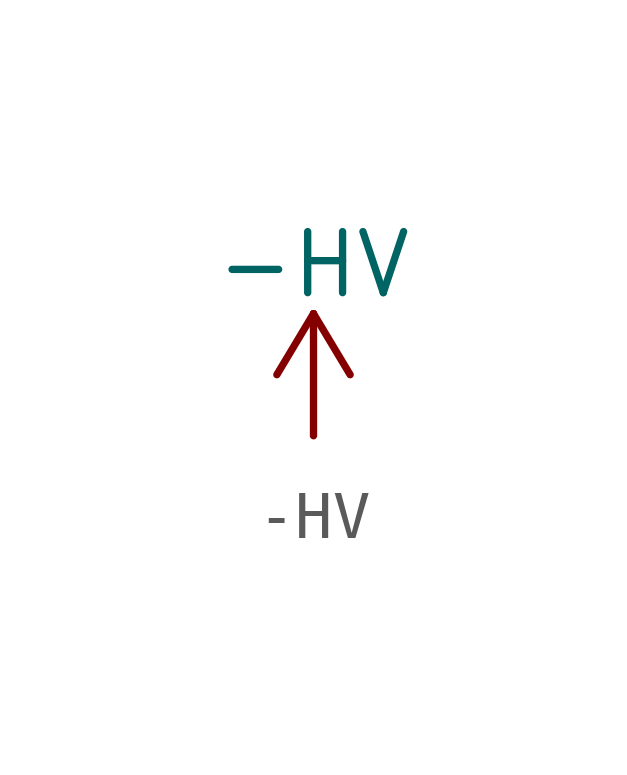
<source format=kicad_sym>
(kicad_symbol_lib
  (version 20211014)
  (generator kicad_symbol_editor)
  (symbol "-HV"
    (power)
    (pin_names
      (offset 0))
    (property "Reference" "#PWR"
      (at 0 -3.81 0)
      (effects (font (size 1.27 1.27)) hide))
    (property "Value" "-HV"
      (at 0 3.556 0)
      (effects (font (size 1.27 1.27))))
    (symbol "-HV_0_1"
      (polyline (pts (xy -0.762 1.27) (xy 0 2.54)) (stroke (width 0) (type default) (color 0 0 0 0)) (fill (type none)))
      (polyline (pts (xy 0 0) (xy 0 2.54)) (stroke (width 0) (type default) (color 0 0 0 0)) (fill (type none)))
      (polyline (pts (xy 0 2.54) (xy 0.762 1.27)) (stroke (width 0) (type default) (color 0 0 0 0)) (fill (type none))))
    (symbol "-HV_1_1"
      (pin power_in line (at 0 0 90) (length 0) hide (name "-HV" (effects (font (size 1.27 1.27)))) (number "1" (effects (font (size 1.27 1.27))))))))
</source>
